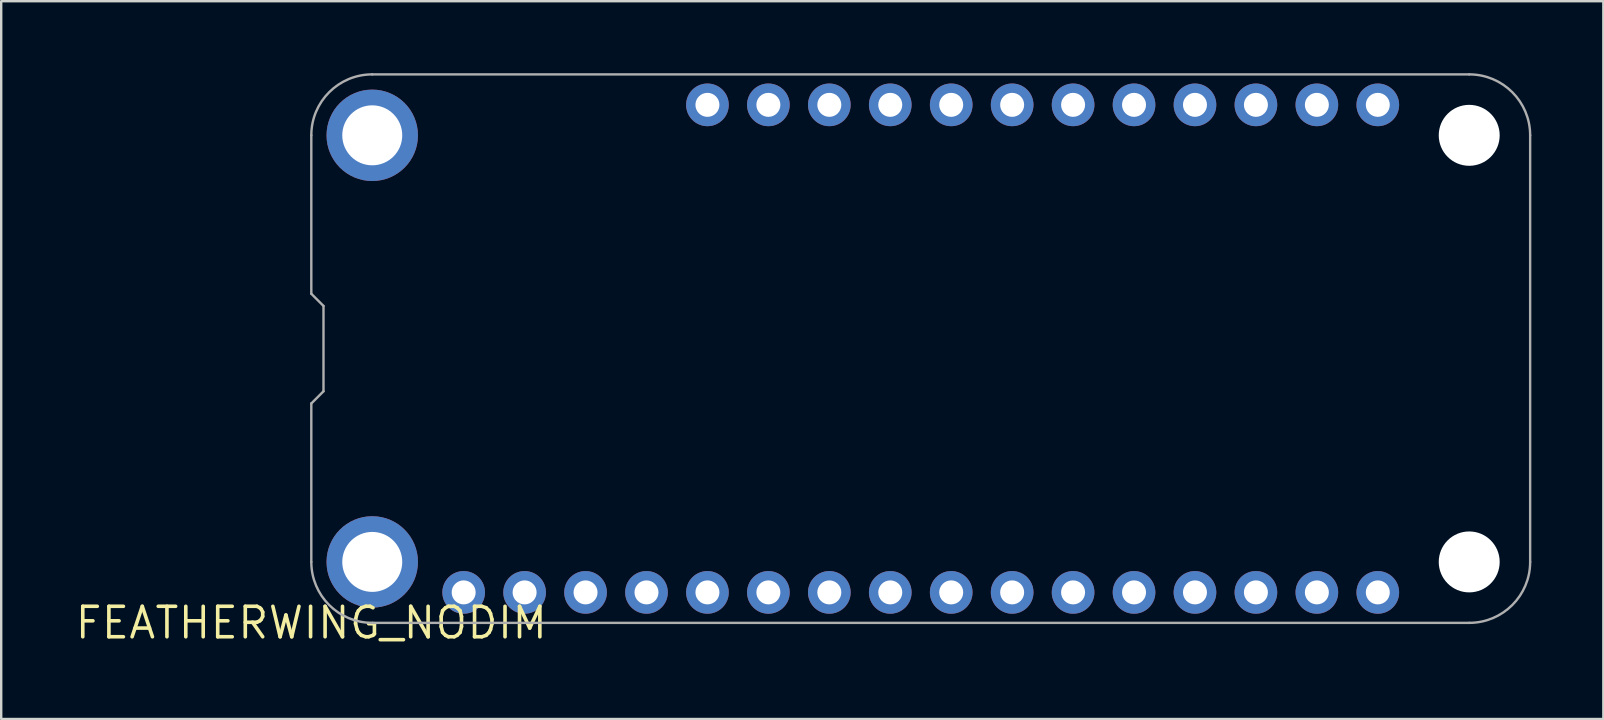
<source format=kicad_pcb>
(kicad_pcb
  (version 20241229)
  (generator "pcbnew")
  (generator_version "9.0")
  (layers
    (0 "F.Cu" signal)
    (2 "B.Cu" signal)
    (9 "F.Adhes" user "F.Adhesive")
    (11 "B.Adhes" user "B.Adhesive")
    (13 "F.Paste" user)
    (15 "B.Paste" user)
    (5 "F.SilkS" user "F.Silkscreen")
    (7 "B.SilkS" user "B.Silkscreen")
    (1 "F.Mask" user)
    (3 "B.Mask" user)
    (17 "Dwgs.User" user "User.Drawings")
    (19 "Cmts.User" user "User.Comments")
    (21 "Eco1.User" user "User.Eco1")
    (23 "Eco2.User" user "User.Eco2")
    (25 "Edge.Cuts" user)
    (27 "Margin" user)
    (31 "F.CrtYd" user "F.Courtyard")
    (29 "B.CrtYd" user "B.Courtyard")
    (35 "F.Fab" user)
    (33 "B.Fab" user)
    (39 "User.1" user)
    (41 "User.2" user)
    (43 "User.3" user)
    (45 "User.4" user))
  (footprint "FEATHERWING_NODIM"
    (layer "F.Cu")
    (at 9.925 22.91)
    (property "Reference" "FEATHERWING_NODIM" (at 0 0 0) (layer "F.SilkS") (effects (font (size 1.27 1.27) (thickness 0.15))))
    (fp_line (start 0 -20.32) (end 0 -13.716) (stroke (width 0.1) (type solid)) (layer "F.Fab"))
    (fp_line (start 0 -13.716) (end 0.508 -13.208) (stroke (width 0.1) (type solid)) (layer "F.Fab"))
    (fp_line (start 0 -9.144) (end 0 -2.54) (stroke (width 0.1) (type solid)) (layer "F.Fab"))
    (fp_line (start 0.508 -13.208) (end 0.508 -9.652) (stroke (width 0.1) (type solid)) (layer "F.Fab"))
    (fp_line (start 0.508 -9.652) (end 0 -9.144) (stroke (width 0.1) (type solid)) (layer "F.Fab"))
    (fp_line (start 2.54 0) (end 48.26 0) (stroke (width 0.1) (type solid)) (layer "F.Fab"))
    (fp_line (start 48.26 -22.86) (end 2.54 -22.86) (stroke (width 0.1) (type solid)) (layer "F.Fab"))
    (fp_line (start 50.8 -2.54) (end 50.8 -20.32) (stroke (width 0.1) (type solid)) (layer "F.Fab"))
    (fp_arc (start 0 -20.32) (mid 0.743949 -22.116051) (end 2.54 -22.86) (stroke (width 0.1) (type solid)) (layer "F.Fab"))
    (fp_arc (start 2.54 0) (mid 0.743949 -0.743949) (end 0 -2.54) (stroke (width 0.1) (type solid)) (layer "F.Fab"))
    (fp_arc (start 48.26 -22.86) (mid 50.056051 -22.116051) (end 50.8 -20.32) (stroke (width 0.1) (type solid)) (layer "F.Fab"))
    (fp_arc (start 50.8 -2.54) (mid 50.056051 -0.743949) (end 48.26 0) (stroke (width 0.1) (type solid)) (layer "F.Fab"))
    (pad "" np_thru_hole circle (at 48.26 -20.32) (size 2.54 2.54) (drill 2.54) (layers "*.Cu" "*.Mask"))
    (pad "" np_thru_hole circle (at 48.26 -2.54) (size 2.54 2.54) (drill 2.54) (layers "*.Cu" "*.Mask"))
    (pad "1" thru_hole circle (at 6.35 -1.27) (size 1.778 1.778) (drill 1) (layers "*.Cu" "*.Mask"))
    (pad "2" thru_hole circle (at 8.89 -1.27) (size 1.778 1.778) (drill 1) (layers "*.Cu" "*.Mask"))
    (pad "3" thru_hole circle (at 11.43 -1.27) (size 1.778 1.778) (drill 1) (layers "*.Cu" "*.Mask"))
    (pad "4" thru_hole circle (at 13.97 -1.27) (size 1.778 1.778) (drill 1) (layers "*.Cu" "*.Mask"))
    (pad "5" thru_hole circle (at 16.51 -1.27) (size 1.778 1.778) (drill 1) (layers "*.Cu" "*.Mask"))
    (pad "6" thru_hole circle (at 19.05 -1.27) (size 1.778 1.778) (drill 1) (layers "*.Cu" "*.Mask"))
    (pad "7" thru_hole circle (at 21.59 -1.27) (size 1.778 1.778) (drill 1) (layers "*.Cu" "*.Mask"))
    (pad "8" thru_hole circle (at 24.13 -1.27) (size 1.778 1.778) (drill 1) (layers "*.Cu" "*.Mask"))
    (pad "9" thru_hole circle (at 26.67 -1.27) (size 1.778 1.778) (drill 1) (layers "*.Cu" "*.Mask"))
    (pad "10" thru_hole circle (at 29.21 -1.27) (size 1.778 1.778) (drill 1) (layers "*.Cu" "*.Mask"))
    (pad "11" thru_hole circle (at 31.75 -1.27) (size 1.778 1.778) (drill 1) (layers "*.Cu" "*.Mask"))
    (pad "12" thru_hole circle (at 34.29 -1.27) (size 1.778 1.778) (drill 1) (layers "*.Cu" "*.Mask"))
    (pad "13" thru_hole circle (at 36.83 -1.27) (size 1.778 1.778) (drill 1) (layers "*.Cu" "*.Mask"))
    (pad "14" thru_hole circle (at 39.37 -1.27) (size 1.778 1.778) (drill 1) (layers "*.Cu" "*.Mask"))
    (pad "15" thru_hole circle (at 41.91 -1.27) (size 1.778 1.778) (drill 1) (layers "*.Cu" "*.Mask"))
    (pad "16" thru_hole circle (at 44.45 -1.27) (size 1.778 1.778) (drill 1) (layers "*.Cu" "*.Mask"))
    (pad "17" thru_hole circle (at 44.45 -21.59) (size 1.778 1.778) (drill 1) (layers "*.Cu" "*.Mask"))
    (pad "18" thru_hole circle (at 41.91 -21.59) (size 1.778 1.778) (drill 1) (layers "*.Cu" "*.Mask"))
    (pad "19" thru_hole circle (at 39.37 -21.59) (size 1.778 1.778) (drill 1) (layers "*.Cu" "*.Mask"))
    (pad "20" thru_hole circle (at 36.83 -21.59) (size 1.778 1.778) (drill 1) (layers "*.Cu" "*.Mask"))
    (pad "21" thru_hole circle (at 34.29 -21.59) (size 1.778 1.778) (drill 1) (layers "*.Cu" "*.Mask"))
    (pad "22" thru_hole circle (at 31.75 -21.59) (size 1.778 1.778) (drill 1) (layers "*.Cu" "*.Mask"))
    (pad "23" thru_hole circle (at 29.21 -21.59) (size 1.778 1.778) (drill 1) (layers "*.Cu" "*.Mask"))
    (pad "24" thru_hole circle (at 26.67 -21.59) (size 1.778 1.778) (drill 1) (layers "*.Cu" "*.Mask"))
    (pad "25" thru_hole circle (at 24.13 -21.59) (size 1.778 1.778) (drill 1) (layers "*.Cu" "*.Mask"))
    (pad "26" thru_hole circle (at 21.59 -21.59) (size 1.778 1.778) (drill 1) (layers "*.Cu" "*.Mask"))
    (pad "27" thru_hole circle (at 19.05 -21.59) (size 1.778 1.778) (drill 1) (layers "*.Cu" "*.Mask"))
    (pad "28" thru_hole circle (at 16.51 -21.59) (size 1.778 1.778) (drill 1) (layers "*.Cu" "*.Mask"))
    (pad "P$1" thru_hole circle (at 2.54 -20.32) (size 3.81 3.81) (drill 2.5) (layers "*.Cu" "*.Mask"))
    (pad "P$2" thru_hole circle (at 2.54 -2.54) (size 3.81 3.81) (drill 2.5) (layers "*.Cu" "*.Mask")))
  (gr_rect
    (start -3 -3)
    (end 63.775 26.916)
    (stroke (width 0.1) (type default))
    (fill no)
    (layer "Edge.Cuts")))
</source>
